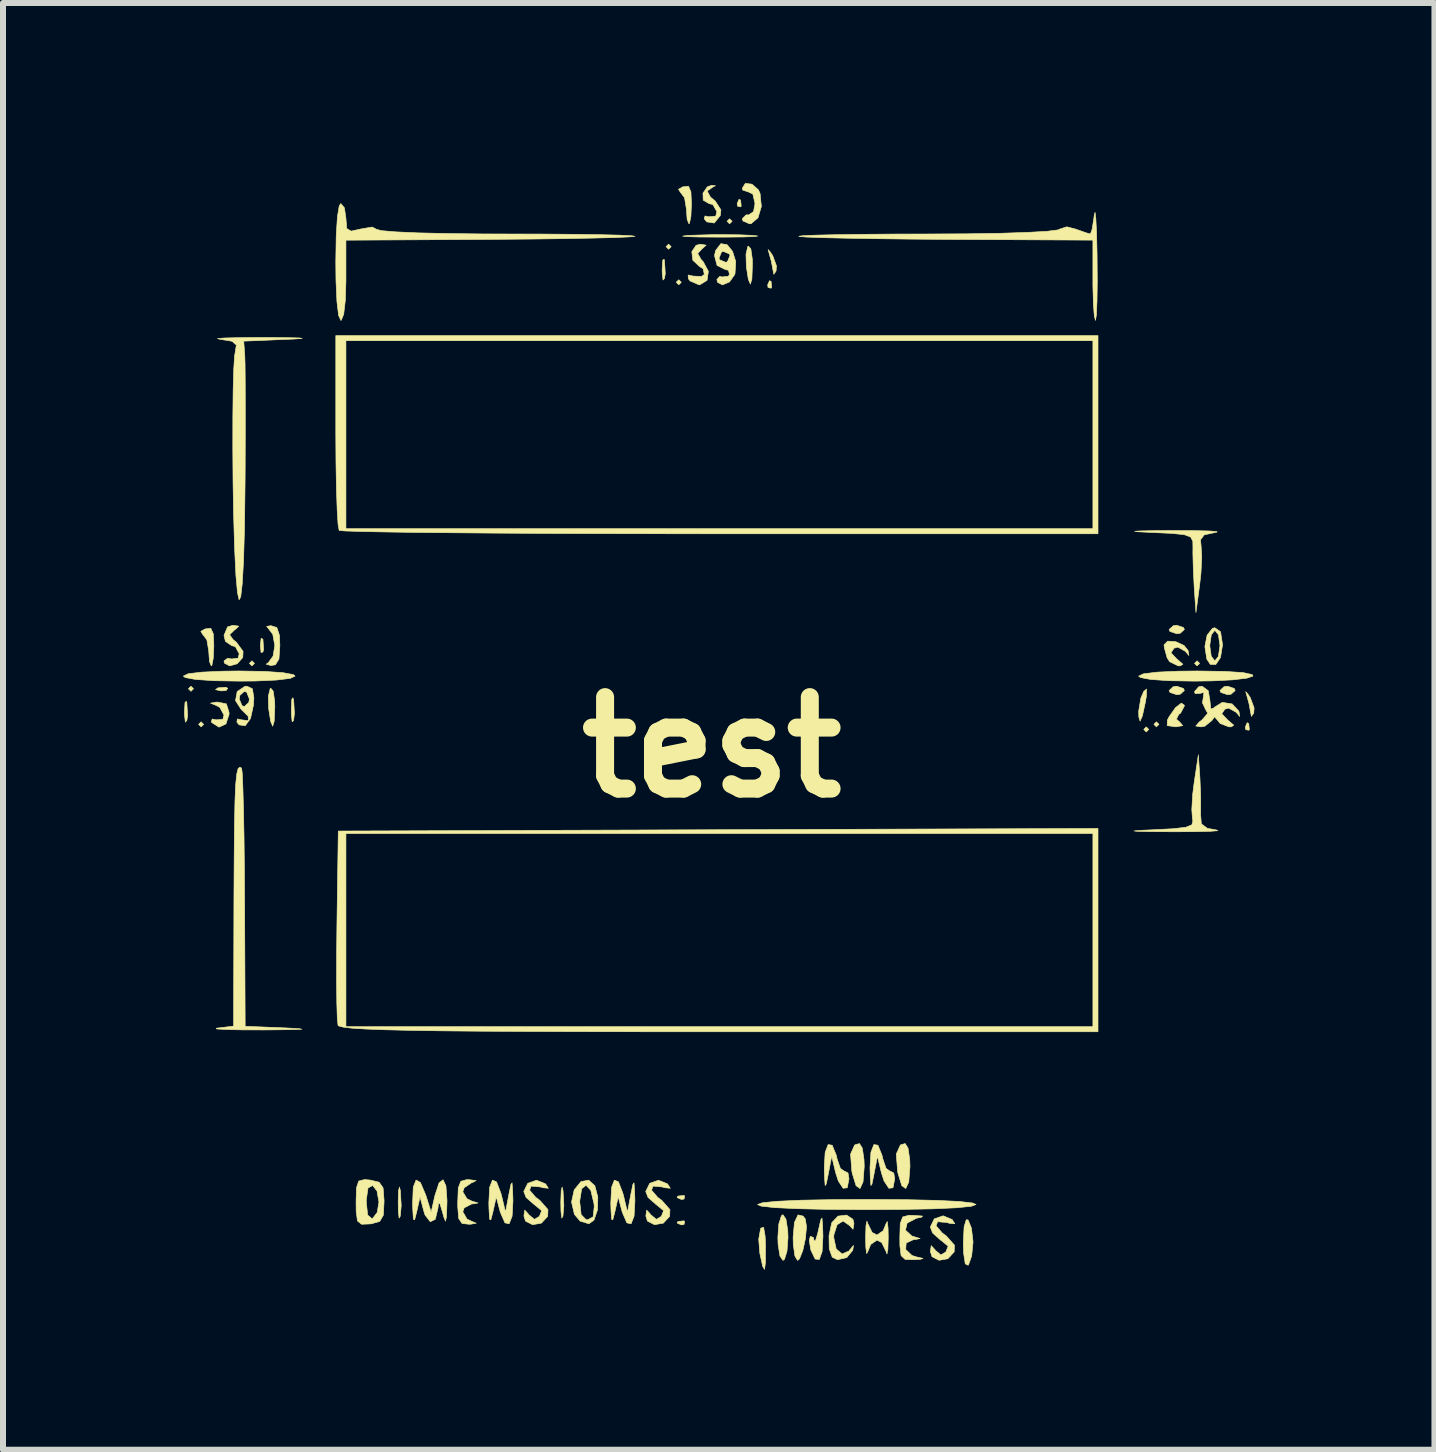
<source format=kicad_pcb>
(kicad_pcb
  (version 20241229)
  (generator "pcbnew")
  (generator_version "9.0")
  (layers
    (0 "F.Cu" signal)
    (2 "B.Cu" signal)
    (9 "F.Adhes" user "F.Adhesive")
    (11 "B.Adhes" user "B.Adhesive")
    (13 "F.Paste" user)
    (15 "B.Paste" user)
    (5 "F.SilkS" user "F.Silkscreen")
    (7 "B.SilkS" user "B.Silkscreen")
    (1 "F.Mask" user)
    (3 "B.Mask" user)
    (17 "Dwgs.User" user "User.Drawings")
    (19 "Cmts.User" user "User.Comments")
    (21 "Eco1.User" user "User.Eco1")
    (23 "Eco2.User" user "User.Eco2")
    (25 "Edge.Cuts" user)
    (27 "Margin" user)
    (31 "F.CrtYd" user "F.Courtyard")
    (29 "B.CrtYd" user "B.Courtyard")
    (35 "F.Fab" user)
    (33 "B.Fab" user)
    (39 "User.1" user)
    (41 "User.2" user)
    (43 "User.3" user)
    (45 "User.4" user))
  (footprint "test"
    (layer "F.Cu")
    (at 8.81 9.4)
    (property "Reference" "test" (at 0 0 0) (layer "F.SilkS") (effects (font (size 1.524 1.524) (thickness 0.3))))
    (attr through_hole)
    (fp_poly (pts (xy -8.636 -0.974) (xy -8.678 -0.931) (xy -8.721 -0.974) (xy -8.678 -1.016) (xy -8.636 -0.974)) (stroke (width 0.01) (type solid)) (fill yes) (layer "F.SilkS"))
    (fp_poly (pts (xy -8.467 -0.381) (xy -8.509 -0.339) (xy -8.551 -0.381) (xy -8.509 -0.423) (xy -8.467 -0.381)) (stroke (width 0.01) (type solid)) (fill yes) (layer "F.SilkS"))
    (fp_poly (pts (xy -7.62 -1.397) (xy -7.662 -1.355) (xy -7.705 -1.397) (xy -7.662 -1.439) (xy -7.62 -1.397)) (stroke (width 0.01) (type solid)) (fill yes) (layer "F.SilkS"))
    (fp_poly (pts (xy -0.677 -8.34) (xy -0.72 -8.297) (xy -0.762 -8.34) (xy -0.72 -8.382) (xy -0.677 -8.34)) (stroke (width 0.01) (type solid)) (fill yes) (layer "F.SilkS"))
    (fp_poly (pts (xy -0.508 -7.747) (xy -0.55 -7.705) (xy -0.593 -7.747) (xy -0.55 -7.789) (xy -0.508 -7.747)) (stroke (width 0.01) (type solid)) (fill yes) (layer "F.SilkS"))
    (fp_poly (pts (xy 0.339 -8.763) (xy 0.296 -8.721) (xy 0.254 -8.763) (xy 0.296 -8.805) (xy 0.339 -8.763)) (stroke (width 0.01) (type solid)) (fill yes) (layer "F.SilkS"))
    (fp_poly (pts (xy 7.281 -0.296) (xy 7.239 -0.254) (xy 7.197 -0.296) (xy 7.239 -0.339) (xy 7.281 -0.296)) (stroke (width 0.01) (type solid)) (fill yes) (layer "F.SilkS"))
    (fp_poly (pts (xy 7.451 -0.381) (xy 7.408 -0.339) (xy 7.366 -0.381) (xy 7.408 -0.423) (xy 7.451 -0.381)) (stroke (width 0.01) (type solid)) (fill yes) (layer "F.SilkS"))
    (fp_poly (pts (xy 8.128 -1.397) (xy 8.086 -1.355) (xy 8.043 -1.397) (xy 8.086 -1.439) (xy 8.128 -1.397)) (stroke (width 0.01) (type solid)) (fill yes) (layer "F.SilkS"))
    (fp_poly (pts (xy -8.066 -0.982) (xy -8.092 -0.944) (xy -8.177 -0.938) (xy -8.268 -0.959) (xy -8.229 -0.989) (xy -8.096 -0.999) (xy -8.066 -0.982)) (stroke (width 0.01) (type solid)) (fill yes) (layer "F.SilkS"))
    (fp_poly (pts (xy -7.479 -1.799) (xy -7.468 -1.626) (xy -7.479 -1.587) (xy -7.51 -1.577) (xy -7.522 -1.693) (xy -7.509 -1.814) (xy -7.479 -1.799)) (stroke (width 0.01) (type solid)) (fill yes) (layer "F.SilkS"))
    (fp_poly (pts (xy -0.452 7.479) (xy -0.463 7.529) (xy -0.508 7.535) (xy -0.578 7.504) (xy -0.564 7.479) (xy -0.464 7.469) (xy -0.452 7.479)) (stroke (width 0.01) (type solid)) (fill yes) (layer "F.SilkS"))
    (fp_poly (pts (xy -0.452 7.902) (xy -0.463 7.953) (xy -0.508 7.959) (xy -0.578 7.928) (xy -0.564 7.902) (xy -0.464 7.892) (xy -0.452 7.902)) (stroke (width 0.01) (type solid)) (fill yes) (layer "F.SilkS"))
    (fp_poly (pts (xy 0.48 -9.116) (xy 0.49 -9.015) (xy 0.48 -9.003) (xy 0.429 -9.015) (xy 0.423 -9.059) (xy 0.454 -9.129) (xy 0.48 -9.116)) (stroke (width 0.01) (type solid)) (fill yes) (layer "F.SilkS"))
    (fp_poly (pts (xy 0.988 -7.761) (xy 0.998 -7.661) (xy 0.988 -7.648) (xy 0.937 -7.66) (xy 0.931 -7.705) (xy 0.962 -7.774) (xy 0.988 -7.761)) (stroke (width 0.01) (type solid)) (fill yes) (layer "F.SilkS"))
    (fp_poly (pts (xy 8.946 -0.395) (xy 8.957 -0.295) (xy 8.946 -0.282) (xy 8.896 -0.294) (xy 8.89 -0.339) (xy 8.921 -0.408) (xy 8.946 -0.395)) (stroke (width 0.01) (type solid)) (fill yes) (layer "F.SilkS"))
    (fp_poly (pts (xy -8.747 -0.741) (xy -8.734 -0.526) (xy -8.747 -0.445) (xy -8.772 -0.418) (xy -8.785 -0.535) (xy -8.786 -0.593) (xy -8.777 -0.747) (xy -8.755 -0.765) (xy -8.747 -0.741)) (stroke (width 0.01) (type solid)) (fill yes) (layer "F.SilkS"))
    (fp_poly (pts (xy -6.967 -0.782) (xy -6.954 -0.562) (xy -6.969 -0.444) (xy -6.992 -0.424) (xy -7.005 -0.545) (xy -7.006 -0.635) (xy -6.998 -0.799) (xy -6.979 -0.824) (xy -6.967 -0.782)) (stroke (width 0.01) (type solid)) (fill yes) (layer "F.SilkS"))
    (fp_poly (pts (xy -5.189 7.388) (xy -5.175 7.639) (xy -5.19 7.812) (xy -5.21 7.846) (xy -5.222 7.735) (xy -5.225 7.578) (xy -5.219 7.386) (xy -5.204 7.329) (xy -5.189 7.388)) (stroke (width 0.01) (type solid)) (fill yes) (layer "F.SilkS"))
    (fp_poly (pts (xy -2.479 7.388) (xy -2.465 7.639) (xy -2.48 7.812) (xy -2.5 7.846) (xy -2.513 7.735) (xy -2.516 7.578) (xy -2.509 7.386) (xy -2.494 7.329) (xy -2.479 7.388)) (stroke (width 0.01) (type solid)) (fill yes) (layer "F.SilkS"))
    (fp_poly (pts (xy -0.788 -8.107) (xy -0.775 -7.892) (xy -0.788 -7.811) (xy -0.813 -7.784) (xy -0.826 -7.901) (xy -0.827 -7.959) (xy -0.818 -8.113) (xy -0.796 -8.131) (xy -0.788 -8.107)) (stroke (width 0.01) (type solid)) (fill yes) (layer "F.SilkS"))
    (fp_poly (pts (xy 7.86 -1.994) (xy 7.874 -1.961) (xy 7.805 -1.899) (xy 7.747 -1.891) (xy 7.634 -1.929) (xy 7.62 -1.961) (xy 7.689 -2.024) (xy 7.747 -2.032) (xy 7.86 -1.994)) (stroke (width 0.01) (type solid)) (fill yes) (layer "F.SilkS"))
    (fp_poly (pts (xy 7.86 -0.978) (xy 7.874 -0.945) (xy 7.805 -0.883) (xy 7.747 -0.875) (xy 7.634 -0.913) (xy 7.62 -0.945) (xy 7.689 -1.008) (xy 7.747 -1.016) (xy 7.86 -0.978)) (stroke (width 0.01) (type solid)) (fill yes) (layer "F.SilkS"))
    (fp_poly (pts (xy 8.706 -0.978) (xy 8.721 -0.945) (xy 8.652 -0.883) (xy 8.594 -0.875) (xy 8.481 -0.913) (xy 8.467 -0.945) (xy 8.535 -1.008) (xy 8.594 -1.016) (xy 8.706 -0.978)) (stroke (width 0.01) (type solid)) (fill yes) (layer "F.SilkS"))
    (fp_poly (pts (xy 0.973 -8.253) (xy 1.016 -8.188) (xy 1.077 -8.021) (xy 1.071 -7.934) (xy 1.033 -7.88) (xy 1.023 -7.931) (xy 0.993 -8.093) (xy 0.967 -8.185) (xy 0.938 -8.292) (xy 0.973 -8.253)) (stroke (width 0.01) (type solid)) (fill yes) (layer "F.SilkS"))
    (fp_poly (pts (xy 7.242 -0.856) (xy 7.227 -0.762) (xy 7.175 -0.522) (xy 7.136 -0.434) (xy 7.115 -0.505) (xy 7.113 -0.6) (xy 7.148 -0.815) (xy 7.198 -0.931) (xy 7.245 -0.969) (xy 7.242 -0.856)) (stroke (width 0.01) (type solid)) (fill yes) (layer "F.SilkS"))
    (fp_poly (pts (xy 8.932 -0.887) (xy 8.974 -0.822) (xy 9.036 -0.655) (xy 9.03 -0.568) (xy 8.991 -0.514) (xy 8.981 -0.565) (xy 8.951 -0.727) (xy 8.926 -0.819) (xy 8.896 -0.926) (xy 8.932 -0.887)) (stroke (width 0.01) (type solid)) (fill yes) (layer "F.SilkS"))
    (fp_poly (pts (xy -7.308 -0.936) (xy -7.284 -0.767) (xy -7.281 -0.682) (xy -7.291 -0.435) (xy -7.316 -0.35) (xy -7.35 -0.429) (xy -7.383 -0.64) (xy -7.389 -0.85) (xy -7.358 -0.976) (xy -7.35 -0.984) (xy -7.308 -0.936)) (stroke (width 0.01) (type solid)) (fill yes) (layer "F.SilkS"))
    (fp_poly (pts (xy 0.651 -8.302) (xy 0.675 -8.133) (xy 0.677 -8.048) (xy 0.668 -7.801) (xy 0.643 -7.716) (xy 0.609 -7.795) (xy 0.576 -8.006) (xy 0.57 -8.216) (xy 0.6 -8.342) (xy 0.609 -8.35) (xy 0.651 -8.302)) (stroke (width 0.01) (type solid)) (fill yes) (layer "F.SilkS"))
    (fp_poly (pts (xy 0.889 8.15) (xy 0.895 8.304) (xy 0.894 8.586) (xy 0.879 8.701) (xy 0.848 8.65) (xy 0.801 8.435) (xy 0.8 8.431) (xy 0.782 8.198) (xy 0.813 8.022) (xy 0.817 8.014) (xy 0.863 7.999) (xy 0.889 8.15)) (stroke (width 0.01) (type solid)) (fill yes) (layer "F.SilkS"))
    (fp_poly (pts (xy 2.508 6.68) (xy 2.536 6.871) (xy 2.54 6.985) (xy 2.52 7.244) (xy 2.47 7.353) (xy 2.404 7.307) (xy 2.34 7.099) (xy 2.334 7.068) (xy 2.312 6.779) (xy 2.381 6.627) (xy 2.46 6.604) (xy 2.508 6.68)) (stroke (width 0.01) (type solid)) (fill yes) (layer "F.SilkS"))
    (fp_poly (pts (xy 3.27 6.68) (xy 3.298 6.871) (xy 3.302 6.985) (xy 3.282 7.244) (xy 3.232 7.353) (xy 3.166 7.307) (xy 3.102 7.099) (xy 3.096 7.068) (xy 3.074 6.779) (xy 3.143 6.627) (xy 3.222 6.604) (xy 3.27 6.68)) (stroke (width 0.01) (type solid)) (fill yes) (layer "F.SilkS"))
    (fp_poly (pts (xy -8.306 -1.889) (xy -8.297 -1.691) (xy -8.307 -1.479) (xy -8.33 -1.363) (xy -8.34 -1.355) (xy -8.37 -1.428) (xy -8.382 -1.602) (xy -8.413 -1.789) (xy -8.484 -1.882) (xy -8.514 -1.931) (xy -8.441 -1.971) (xy -8.348 -1.981) (xy -8.306 -1.889)) (stroke (width 0.01) (type solid)) (fill yes) (layer "F.SilkS"))
    (fp_poly (pts (xy -0.348 -9.255) (xy -0.339 -9.057) (xy -0.348 -8.845) (xy -0.372 -8.729) (xy -0.381 -8.721) (xy -0.411 -8.794) (xy -0.423 -8.968) (xy -0.454 -9.155) (xy -0.525 -9.248) (xy -0.555 -9.297) (xy -0.483 -9.337) (xy -0.389 -9.347) (xy -0.348 -9.255)) (stroke (width 0.01) (type solid)) (fill yes) (layer "F.SilkS"))
    (fp_poly (pts (xy 1.236 7.865) (xy 1.266 8.056) (xy 1.27 8.17) (xy 1.253 8.398) (xy 1.211 8.534) (xy 1.185 8.551) (xy 1.135 8.476) (xy 1.105 8.284) (xy 1.101 8.17) (xy 1.117 7.943) (xy 1.16 7.807) (xy 1.185 7.789) (xy 1.236 7.865)) (stroke (width 0.01) (type solid)) (fill yes) (layer "F.SilkS"))
    (fp_poly (pts (xy 1.522 7.813) (xy 1.558 7.861) (xy 1.578 7.989) (xy 1.56 8.187) (xy 1.516 8.389) (xy 1.46 8.527) (xy 1.428 8.551) (xy 1.384 8.476) (xy 1.358 8.284) (xy 1.355 8.17) (xy 1.377 7.918) (xy 1.437 7.793) (xy 1.522 7.813)) (stroke (width 0.01) (type solid)) (fill yes) (layer "F.SilkS"))
    (fp_poly (pts (xy 4.271 7.878) (xy 4.326 8.012) (xy 4.352 8.23) (xy 4.352 8.255) (xy 4.33 8.477) (xy 4.278 8.624) (xy 4.271 8.632) (xy 4.223 8.608) (xy 4.196 8.43) (xy 4.191 8.255) (xy 4.204 7.991) (xy 4.24 7.873) (xy 4.271 7.878)) (stroke (width 0.01) (type solid)) (fill yes) (layer "F.SilkS"))
    (fp_poly (pts (xy 0.447 -8.538) (xy 0.659 -8.529) (xy 0.766 -8.518) (xy 0.717 -8.509) (xy 0.529 -8.502) (xy 0.216 -8.499) (xy 0.127 -8.499) (xy -0.208 -8.501) (xy -0.417 -8.507) (xy -0.487 -8.516) (xy -0.403 -8.527) (xy -0.357 -8.529) (xy 0.033 -8.541) (xy 0.447 -8.538)) (stroke (width 0.01) (type solid)) (fill yes) (layer "F.SilkS"))
    (fp_poly (pts (xy -7.247 -1.994) (xy -7.203 -1.861) (xy -7.197 -1.693) (xy -7.212 -1.469) (xy -7.271 -1.374) (xy -7.345 -1.361) (xy -7.425 -1.383) (xy -7.387 -1.411) (xy -7.31 -1.518) (xy -7.281 -1.693) (xy -7.315 -1.881) (xy -7.387 -1.976) (xy -7.417 -2.013) (xy -7.345 -2.025) (xy -7.247 -1.994)) (stroke (width 0.01) (type solid)) (fill yes) (layer "F.SilkS"))
    (fp_poly (pts (xy 7.873 -0.7) (xy 7.874 -0.687) (xy 7.812 -0.569) (xy 7.78 -0.545) (xy 7.742 -0.468) (xy 7.801 -0.414) (xy 7.847 -0.359) (xy 7.737 -0.34) (xy 7.723 -0.34) (xy 7.588 -0.36) (xy 7.591 -0.451) (xy 7.617 -0.503) (xy 7.726 -0.659) (xy 7.824 -0.735) (xy 7.873 -0.7)) (stroke (width 0.01) (type solid)) (fill yes) (layer "F.SilkS"))
    (fp_poly (pts (xy 1.846 7.964) (xy 1.852 8.149) (xy 1.838 8.405) (xy 1.791 8.536) (xy 1.722 8.528) (xy 1.649 8.376) (xy 1.624 8.215) (xy 1.643 8.15) (xy 1.693 8.169) (xy 1.704 8.22) (xy 1.726 8.228) (xy 1.765 8.101) (xy 1.778 8.043) (xy 1.816 7.875) (xy 1.836 7.845) (xy 1.846 7.964)) (stroke (width 0.01) (type solid)) (fill yes) (layer "F.SilkS"))
    (fp_poly (pts (xy -8.088 -0.722) (xy -8.044 -0.581) (xy -8.043 -0.55) (xy -8.095 -0.388) (xy -8.211 -0.334) (xy -8.332 -0.411) (xy -8.339 -0.422) (xy -8.325 -0.47) (xy -8.259 -0.456) (xy -8.147 -0.465) (xy -8.128 -0.535) (xy -8.198 -0.664) (xy -8.276 -0.704) (xy -8.352 -0.734) (xy -8.265 -0.75) (xy -8.234 -0.752) (xy -8.088 -0.722)) (stroke (width 0.01) (type solid)) (fill yes) (layer "F.SilkS"))
    (fp_poly (pts (xy -7.454 -1.263) (xy -7.146 -1.242) (xy -6.973 -1.21) (xy -6.943 -1.185) (xy -7.024 -1.147) (xy -7.252 -1.119) (xy -7.606 -1.103) (xy -7.874 -1.101) (xy -8.294 -1.108) (xy -8.602 -1.129) (xy -8.775 -1.161) (xy -8.805 -1.185) (xy -8.724 -1.224) (xy -8.496 -1.251) (xy -8.142 -1.267) (xy -7.874 -1.27) (xy -7.454 -1.263)) (stroke (width 0.01) (type solid)) (fill yes) (layer "F.SilkS"))
    (fp_poly (pts (xy 8.546 -1.263) (xy 8.854 -1.243) (xy 9.004 -1.21) (xy 9.017 -1.185) (xy 8.914 -1.15) (xy 8.675 -1.122) (xy 8.334 -1.105) (xy 8.038 -1.101) (xy 7.62 -1.108) (xy 7.313 -1.129) (xy 7.142 -1.161) (xy 7.112 -1.185) (xy 7.193 -1.223) (xy 7.423 -1.251) (xy 7.782 -1.267) (xy 8.091 -1.27) (xy 8.546 -1.263)) (stroke (width 0.01) (type solid)) (fill yes) (layer "F.SilkS"))
    (fp_poly (pts (xy 0.67 -9.381) (xy 0.776 -9.287) (xy 0.804 -9.229) (xy 0.826 -9.009) (xy 0.769 -8.82) (xy 0.655 -8.723) (xy 0.629 -8.721) (xy 0.52 -8.768) (xy 0.508 -8.805) (xy 0.572 -8.87) (xy 0.614 -8.869) (xy 0.696 -8.924) (xy 0.72 -9.059) (xy 0.684 -9.216) (xy 0.614 -9.25) (xy 0.517 -9.282) (xy 0.508 -9.313) (xy 0.559 -9.395) (xy 0.67 -9.381)) (stroke (width 0.01) (type solid)) (fill yes) (layer "F.SilkS"))
    (fp_poly (pts (xy 7.731 -1.758) (xy 7.869 -1.695) (xy 7.937 -1.609) (xy 7.949 -1.528) (xy 7.891 -1.597) (xy 7.89 -1.598) (xy 7.766 -1.668) (xy 7.701 -1.649) (xy 7.651 -1.573) (xy 7.747 -1.471) (xy 7.75 -1.469) (xy 7.849 -1.383) (xy 7.808 -1.356) (xy 7.772 -1.355) (xy 7.629 -1.424) (xy 7.587 -1.489) (xy 7.541 -1.654) (xy 7.535 -1.706) (xy 7.596 -1.767) (xy 7.731 -1.758)) (stroke (width 0.01) (type solid)) (fill yes) (layer "F.SilkS"))
    (fp_poly (pts (xy 0.061 -9.355) (xy 0.021 -9.336) (xy -0.077 -9.267) (xy -0.021 -9.164) (xy 0.056 -9.102) (xy 0.152 -8.953) (xy 0.143 -8.86) (xy 0.041 -8.734) (xy -0.083 -8.753) (xy -0.126 -8.804) (xy -0.113 -8.852) (xy -0.047 -8.838) (xy 0.065 -8.848) (xy 0.085 -8.923) (xy 0.018 -9.041) (xy -0.049 -9.059) (xy -0.143 -9.115) (xy -0.147 -9.232) (xy -0.074 -9.337) (xy 0.001 -9.363) (xy 0.061 -9.355)) (stroke (width 0.01) (type solid)) (fill yes) (layer "F.SilkS"))
    (fp_poly (pts (xy 2.006 6.632) (xy 2.073 6.796) (xy 2.087 6.857) (xy 2.142 7.018) (xy 2.208 7.065) (xy 2.212 7.063) (xy 2.27 7.095) (xy 2.286 7.192) (xy 2.257 7.341) (xy 2.188 7.349) (xy 2.108 7.227) (xy 2.064 7.091) (xy 1.998 6.816) (xy 1.941 7.112) (xy 1.907 7.278) (xy 1.889 7.304) (xy 1.879 7.18) (xy 1.874 7.006) (xy 1.889 6.75) (xy 1.939 6.621) (xy 2.006 6.632)) (stroke (width 0.01) (type solid)) (fill yes) (layer "F.SilkS"))
    (fp_poly (pts (xy 2.6 7.938) (xy 2.672 8.086) (xy 2.752 8.128) (xy 2.856 8.056) (xy 2.904 7.938) (xy 2.924 7.903) (xy 2.937 8.013) (xy 2.94 8.17) (xy 2.934 8.371) (xy 2.919 8.444) (xy 2.904 8.403) (xy 2.831 8.254) (xy 2.752 8.213) (xy 2.648 8.285) (xy 2.6 8.403) (xy 2.58 8.438) (xy 2.566 8.327) (xy 2.563 8.17) (xy 2.569 7.97) (xy 2.585 7.897) (xy 2.6 7.938)) (stroke (width 0.01) (type solid)) (fill yes) (layer "F.SilkS"))
    (fp_poly (pts (xy 2.768 6.632) (xy 2.835 6.796) (xy 2.849 6.857) (xy 2.904 7.018) (xy 2.97 7.065) (xy 2.974 7.063) (xy 3.032 7.095) (xy 3.048 7.192) (xy 3.019 7.341) (xy 2.95 7.349) (xy 2.87 7.227) (xy 2.826 7.091) (xy 2.76 6.816) (xy 2.703 7.112) (xy 2.669 7.278) (xy 2.651 7.304) (xy 2.641 7.18) (xy 2.636 7.006) (xy 2.651 6.75) (xy 2.701 6.621) (xy 2.768 6.632)) (stroke (width 0.01) (type solid)) (fill yes) (layer "F.SilkS"))
    (fp_poly (pts (xy 3.234 7.539) (xy 3.75 7.551) (xy 4.123 7.569) (xy 4.343 7.594) (xy 4.403 7.62) (xy 4.32 7.65) (xy 4.076 7.674) (xy 3.681 7.692) (xy 3.144 7.702) (xy 2.582 7.705) (xy 1.931 7.701) (xy 1.415 7.689) (xy 1.042 7.671) (xy 0.822 7.646) (xy 0.762 7.62) (xy 0.845 7.59) (xy 1.089 7.566) (xy 1.483 7.548) (xy 2.021 7.538) (xy 2.582 7.535) (xy 3.234 7.539)) (stroke (width 0.01) (type solid)) (fill yes) (layer "F.SilkS"))
    (fp_poly (pts (xy -7.882 -2.017) (xy -7.944 -1.958) (xy -7.958 -1.949) (xy -8.034 -1.874) (xy -7.975 -1.791) (xy -7.923 -1.751) (xy -7.81 -1.597) (xy -7.815 -1.494) (xy -7.908 -1.39) (xy -8.034 -1.355) (xy -8.12 -1.4) (xy -8.128 -1.437) (xy -8.066 -1.483) (xy -8.001 -1.47) (xy -7.893 -1.484) (xy -7.874 -1.557) (xy -7.938 -1.675) (xy -8.001 -1.693) (xy -8.104 -1.764) (xy -8.128 -1.863) (xy -8.068 -2.005) (xy -7.98 -2.031) (xy -7.882 -2.017)) (stroke (width 0.01) (type solid)) (fill yes) (layer "F.SilkS"))
    (fp_poly (pts (xy -3.587 7.242) (xy -3.514 7.432) (xy -3.503 7.472) (xy -3.437 7.747) (xy -3.381 7.451) (xy -3.347 7.285) (xy -3.328 7.259) (xy -3.319 7.383) (xy -3.313 7.556) (xy -3.327 7.815) (xy -3.377 7.942) (xy -3.447 7.925) (xy -3.522 7.753) (xy -3.53 7.726) (xy -3.591 7.493) (xy -3.648 7.747) (xy -3.682 7.875) (xy -3.702 7.865) (xy -3.712 7.704) (xy -3.715 7.599) (xy -3.702 7.334) (xy -3.655 7.213) (xy -3.587 7.242)) (stroke (width 0.01) (type solid)) (fill yes) (layer "F.SilkS"))
    (fp_poly (pts (xy -1.555 7.242) (xy -1.482 7.432) (xy -1.471 7.472) (xy -1.405 7.747) (xy -1.349 7.451) (xy -1.315 7.285) (xy -1.296 7.259) (xy -1.287 7.383) (xy -1.281 7.556) (xy -1.295 7.815) (xy -1.345 7.942) (xy -1.415 7.925) (xy -1.49 7.753) (xy -1.498 7.726) (xy -1.559 7.493) (xy -1.616 7.747) (xy -1.65 7.875) (xy -1.67 7.865) (xy -1.68 7.704) (xy -1.683 7.599) (xy -1.67 7.334) (xy -1.623 7.213) (xy -1.555 7.242)) (stroke (width 0.01) (type solid)) (fill yes) (layer "F.SilkS"))
    (fp_poly (pts (xy -0.095 -8.365) (xy -0.159 -8.306) (xy -0.162 -8.304) (xy -0.235 -8.226) (xy -0.177 -8.125) (xy -0.144 -8.091) (xy -0.057 -7.929) (xy -0.079 -7.779) (xy -0.199 -7.705) (xy -0.216 -7.705) (xy -0.36 -7.768) (xy -0.39 -7.804) (xy -0.394 -7.868) (xy -0.313 -7.85) (xy -0.17 -7.844) (xy -0.124 -7.878) (xy -0.145 -7.972) (xy -0.206 -8.011) (xy -0.316 -8.114) (xy -0.333 -8.257) (xy -0.261 -8.363) (xy -0.191 -8.381) (xy -0.095 -8.365)) (stroke (width 0.01) (type solid)) (fill yes) (layer "F.SilkS"))
    (fp_poly (pts (xy 2.352 7.866) (xy 2.369 7.938) (xy 2.353 8.032) (xy 2.294 7.969) (xy 2.188 7.895) (xy 2.088 7.957) (xy 2.034 8.125) (xy 2.032 8.17) (xy 2.073 8.36) (xy 2.17 8.444) (xy 2.285 8.394) (xy 2.302 8.372) (xy 2.361 8.302) (xy 2.349 8.38) (xy 2.349 8.382) (xy 2.249 8.504) (xy 2.095 8.539) (xy 2.007 8.498) (xy 1.957 8.358) (xy 1.953 8.139) (xy 1.998 7.926) (xy 1.999 7.923) (xy 2.103 7.813) (xy 2.245 7.795) (xy 2.352 7.866)) (stroke (width 0.01) (type solid)) (fill yes) (layer "F.SilkS"))
    (fp_poly (pts (xy -4.043 7.206) (xy -3.928 7.221) (xy -3.976 7.248) (xy -4 7.255) (xy -4.126 7.342) (xy -4.149 7.408) (xy -4.079 7.524) (xy -4 7.562) (xy -3.896 7.594) (xy -3.956 7.607) (xy -4 7.61) (xy -4.126 7.676) (xy -4.149 7.741) (xy -4.078 7.862) (xy -4 7.9) (xy -3.925 7.931) (xy -4.012 7.947) (xy -4.043 7.949) (xy -4.161 7.936) (xy -4.217 7.854) (xy -4.233 7.659) (xy -4.233 7.578) (xy -4.224 7.343) (xy -4.182 7.233) (xy -4.083 7.205) (xy -4.043 7.206)) (stroke (width 0.01) (type solid)) (fill yes) (layer "F.SilkS"))
    (fp_poly (pts (xy -1.949 7.307) (xy -1.899 7.494) (xy -1.904 7.707) (xy -1.963 7.879) (xy -2.047 7.941) (xy -2.194 7.896) (xy -2.289 7.784) (xy -2.337 7.578) (xy -2.335 7.571) (xy -2.201 7.571) (xy -2.177 7.789) (xy -2.096 7.871) (xy -2.069 7.874) (xy -1.977 7.825) (xy -1.959 7.657) (xy -1.963 7.605) (xy -2.016 7.383) (xy -2.096 7.299) (xy -2.168 7.357) (xy -2.201 7.563) (xy -2.201 7.571) (xy -2.335 7.571) (xy -2.293 7.377) (xy -2.181 7.239) (xy -2.052 7.213) (xy -1.949 7.307)) (stroke (width 0.01) (type solid)) (fill yes) (layer "F.SilkS"))
    (fp_poly (pts (xy 3.365 7.801) (xy 3.511 7.812) (xy 3.495 7.831) (xy 3.408 7.849) (xy 3.255 7.929) (xy 3.227 8.047) (xy 3.333 8.144) (xy 3.365 8.154) (xy 3.47 8.186) (xy 3.41 8.2) (xy 3.365 8.203) (xy 3.239 8.261) (xy 3.231 8.369) (xy 3.334 8.468) (xy 3.408 8.492) (xy 3.519 8.518) (xy 3.475 8.533) (xy 3.365 8.54) (xy 3.222 8.535) (xy 3.154 8.471) (xy 3.134 8.303) (xy 3.133 8.17) (xy 3.14 7.936) (xy 3.181 7.827) (xy 3.284 7.799) (xy 3.365 7.801)) (stroke (width 0.01) (type solid)) (fill yes) (layer "F.SilkS"))
    (fp_poly (pts (xy 8.023 -3.609) (xy 8.282 -3.603) (xy 8.419 -3.593) (xy 8.41 -3.581) (xy 8.395 -3.579) (xy 8.205 -3.538) (xy 8.143 -3.456) (xy 8.152 -3.36) (xy 8.164 -3.172) (xy 8.15 -2.894) (xy 8.129 -2.709) (xy 8.067 -2.244) (xy 8.038 -2.667) (xy 8.023 -2.968) (xy 8.016 -3.236) (xy 8.017 -3.32) (xy 8.015 -3.433) (xy 7.978 -3.503) (xy 7.87 -3.542) (xy 7.659 -3.563) (xy 7.336 -3.578) (xy 7.108 -3.589) (xy 7.045 -3.598) (xy 7.149 -3.604) (xy 7.419 -3.609) (xy 7.662 -3.61) (xy 8.023 -3.609)) (stroke (width 0.01) (type solid)) (fill yes) (layer "F.SilkS"))
    (fp_poly (pts (xy 8.133 0.508) (xy 8.146 0.8) (xy 8.146 1.06) (xy 8.144 1.116) (xy 8.157 1.277) (xy 8.258 1.352) (xy 8.404 1.378) (xy 8.432 1.391) (xy 8.313 1.401) (xy 8.068 1.407) (xy 7.72 1.409) (xy 7.662 1.409) (xy 7.288 1.406) (xy 7.079 1.401) (xy 7.035 1.395) (xy 7.152 1.385) (xy 7.349 1.376) (xy 7.695 1.358) (xy 7.901 1.333) (xy 7.998 1.294) (xy 8.016 1.232) (xy 8.01 1.203) (xy 7.998 1.041) (xy 8.013 0.782) (xy 8.037 0.593) (xy 8.107 0.127) (xy 8.133 0.508)) (stroke (width 0.01) (type solid)) (fill yes) (layer "F.SilkS"))
    (fp_poly (pts (xy 8.477 -1.924) (xy 8.509 -1.715) (xy 8.509 -1.7) (xy 8.476 -1.494) (xy 8.398 -1.378) (xy 8.306 -1.38) (xy 8.248 -1.468) (xy 8.216 -1.674) (xy 8.219 -1.693) (xy 8.297 -1.693) (xy 8.322 -1.515) (xy 8.381 -1.439) (xy 8.382 -1.439) (xy 8.441 -1.513) (xy 8.467 -1.69) (xy 8.467 -1.693) (xy 8.442 -1.872) (xy 8.383 -1.947) (xy 8.382 -1.947) (xy 8.323 -1.874) (xy 8.297 -1.696) (xy 8.297 -1.693) (xy 8.219 -1.693) (xy 8.253 -1.867) (xy 8.343 -1.981) (xy 8.382 -1.99) (xy 8.477 -1.924)) (stroke (width 0.01) (type solid)) (fill yes) (layer "F.SilkS"))
    (fp_poly (pts (xy -2.77 7.276) (xy -2.767 7.28) (xy -2.723 7.349) (xy -2.813 7.34) (xy -2.857 7.327) (xy -3.011 7.313) (xy -3.036 7.381) (xy -2.933 7.501) (xy -2.864 7.552) (xy -2.73 7.704) (xy -2.734 7.817) (xy -2.839 7.93) (xy -2.986 7.956) (xy -3.104 7.896) (xy -3.131 7.811) (xy -3.117 7.713) (xy -3.059 7.775) (xy -3.05 7.789) (xy -2.956 7.867) (xy -2.873 7.818) (xy -2.835 7.722) (xy -2.947 7.629) (xy -2.954 7.625) (xy -3.094 7.502) (xy -3.133 7.403) (xy -3.066 7.266) (xy -2.92 7.215) (xy -2.77 7.276)) (stroke (width 0.01) (type solid)) (fill yes) (layer "F.SilkS"))
    (fp_poly (pts (xy -0.738 7.276) (xy -0.735 7.28) (xy -0.691 7.349) (xy -0.781 7.34) (xy -0.826 7.327) (xy -0.979 7.313) (xy -1.004 7.381) (xy -0.901 7.501) (xy -0.832 7.552) (xy -0.698 7.704) (xy -0.702 7.817) (xy -0.807 7.93) (xy -0.954 7.956) (xy -1.072 7.896) (xy -1.099 7.811) (xy -1.085 7.713) (xy -1.027 7.775) (xy -1.018 7.789) (xy -0.924 7.867) (xy -0.841 7.818) (xy -0.803 7.722) (xy -0.915 7.629) (xy -0.922 7.625) (xy -1.062 7.502) (xy -1.101 7.403) (xy -1.034 7.266) (xy -0.888 7.215) (xy -0.738 7.276)) (stroke (width 0.01) (type solid)) (fill yes) (layer "F.SilkS"))
    (fp_poly (pts (xy 4.003 7.869) (xy 4.006 7.872) (xy 4.05 7.941) (xy 3.961 7.933) (xy 3.916 7.92) (xy 3.763 7.906) (xy 3.737 7.974) (xy 3.84 8.094) (xy 3.909 8.145) (xy 4.043 8.297) (xy 4.039 8.409) (xy 3.934 8.523) (xy 3.787 8.549) (xy 3.669 8.489) (xy 3.642 8.403) (xy 3.656 8.305) (xy 3.714 8.368) (xy 3.723 8.381) (xy 3.817 8.46) (xy 3.9 8.41) (xy 3.938 8.315) (xy 3.826 8.221) (xy 3.819 8.218) (xy 3.68 8.095) (xy 3.641 7.995) (xy 3.707 7.859) (xy 3.854 7.808) (xy 4.003 7.869)) (stroke (width 0.01) (type solid)) (fill yes) (layer "F.SilkS"))
    (fp_poly (pts (xy -7.834 0.35) (xy -7.823 0.442) (xy -7.813 0.68) (xy -7.803 1.041) (xy -7.794 1.503) (xy -7.788 2.04) (xy -7.785 2.52) (xy -7.775 4.65) (xy -7.084 4.678) (xy -6.873 4.69) (xy -6.83 4.699) (xy -6.952 4.705) (xy -7.239 4.709) (xy -7.451 4.711) (xy -7.822 4.71) (xy -8.095 4.704) (xy -8.248 4.695) (xy -8.258 4.683) (xy -8.239 4.68) (xy -7.968 4.647) (xy -7.962 2.519) (xy -7.958 1.833) (xy -7.953 1.299) (xy -7.945 0.901) (xy -7.933 0.622) (xy -7.915 0.446) (xy -7.892 0.355) (xy -7.862 0.332) (xy -7.834 0.35)) (stroke (width 0.01) (type solid)) (fill yes) (layer "F.SilkS"))
    (fp_poly (pts (xy -7.655 -0.974) (xy -7.63 -0.825) (xy -7.636 -0.705) (xy -7.686 -0.478) (xy -7.774 -0.358) (xy -7.875 -0.372) (xy -7.913 -0.418) (xy -7.905 -0.471) (xy -7.836 -0.456) (xy -7.722 -0.443) (xy -7.725 -0.515) (xy -7.843 -0.632) (xy -7.845 -0.635) (xy -7.936 -0.777) (xy -7.931 -0.804) (xy -7.874 -0.804) (xy -7.828 -0.692) (xy -7.789 -0.677) (xy -7.714 -0.746) (xy -7.705 -0.804) (xy -7.75 -0.917) (xy -7.789 -0.931) (xy -7.864 -0.863) (xy -7.874 -0.804) (xy -7.931 -0.804) (xy -7.908 -0.927) (xy -7.781 -1.013) (xy -7.745 -1.016) (xy -7.655 -0.974)) (stroke (width 0.01) (type solid)) (fill yes) (layer "F.SilkS"))
    (fp_poly (pts (xy -5.694 7.212) (xy -5.543 7.248) (xy -5.477 7.342) (xy -5.461 7.547) (xy -5.461 7.578) (xy -5.473 7.798) (xy -5.533 7.901) (xy -5.672 7.941) (xy -5.694 7.943) (xy -5.835 7.949) (xy -5.904 7.894) (xy -5.925 7.737) (xy -5.927 7.578) (xy -5.757 7.578) (xy -5.734 7.795) (xy -5.663 7.856) (xy -5.652 7.853) (xy -5.575 7.752) (xy -5.546 7.578) (xy -5.579 7.392) (xy -5.652 7.303) (xy -5.728 7.345) (xy -5.757 7.543) (xy -5.757 7.578) (xy -5.927 7.578) (xy -5.92 7.34) (xy -5.883 7.229) (xy -5.788 7.204) (xy -5.694 7.212)) (stroke (width 0.01) (type solid)) (fill yes) (layer "F.SilkS"))
    (fp_poly (pts (xy 6.435 -3.556) (xy 0.141 -3.556) (xy -0.876 -3.557) (xy -1.844 -3.559) (xy -2.749 -3.562) (xy -3.578 -3.567) (xy -4.318 -3.573) (xy -4.955 -3.579) (xy -5.475 -3.587) (xy -5.867 -3.595) (xy -6.116 -3.603) (xy -6.209 -3.612) (xy -6.209 -3.612) (xy -6.227 -3.711) (xy -6.242 -3.952) (xy -6.254 -4.307) (xy -6.262 -4.749) (xy -6.265 -5.252) (xy -6.265 -5.263) (xy -6.265 -6.773) (xy -6.096 -6.773) (xy -6.096 -3.641) (xy 6.35 -3.641) (xy 6.35 -6.773) (xy -6.096 -6.773) (xy -6.265 -6.773) (xy -6.265 -6.858) (xy 6.435 -6.858) (xy 6.435 -3.556)) (stroke (width 0.01) (type solid)) (fill yes) (layer "F.SilkS"))
    (fp_poly (pts (xy -4.43 7.308) (xy -4.412 7.552) (xy -4.413 7.599) (xy -4.421 7.825) (xy -4.437 7.897) (xy -4.466 7.827) (xy -4.487 7.747) (xy -4.532 7.598) (xy -4.555 7.607) (xy -4.562 7.679) (xy -4.607 7.866) (xy -4.691 7.907) (xy -4.777 7.796) (xy -4.799 7.729) (xy -4.861 7.493) (xy -4.918 7.747) (xy -4.952 7.875) (xy -4.972 7.865) (xy -4.982 7.704) (xy -4.985 7.599) (xy -4.974 7.329) (xy -4.927 7.212) (xy -4.855 7.254) (xy -4.767 7.46) (xy -4.763 7.472) (xy -4.676 7.747) (xy -4.614 7.472) (xy -4.544 7.259) (xy -4.478 7.207) (xy -4.43 7.308)) (stroke (width 0.01) (type solid)) (fill yes) (layer "F.SilkS"))
    (fp_poly (pts (xy 6.435 4.741) (xy 0.124 4.741) (xy -1.101 4.741) (xy -2.167 4.739) (xy -3.083 4.736) (xy -3.86 4.732) (xy -4.507 4.726) (xy -5.033 4.718) (xy -5.45 4.708) (xy -5.766 4.696) (xy -5.992 4.682) (xy -6.138 4.665) (xy -6.213 4.646) (xy -6.228 4.633) (xy -6.24 4.517) (xy -6.248 4.26) (xy -6.252 3.892) (xy -6.251 3.442) (xy -6.246 2.961) (xy -6.224 1.439) (xy -6.096 1.439) (xy -6.096 4.657) (xy 6.35 4.657) (xy 6.35 1.439) (xy -6.096 1.439) (xy -6.224 1.439) (xy -6.223 1.397) (xy 0.106 1.375) (xy 6.435 1.354) (xy 6.435 4.741)) (stroke (width 0.01) (type solid)) (fill yes) (layer "F.SilkS"))
    (fp_poly (pts (xy 0.254 -8.374) (xy 0.345 -8.263) (xy 0.399 -8.092) (xy 0.387 -7.894) (xy 0.381 -7.874) (xy 0.295 -7.752) (xy 0.178 -7.703) (xy 0.095 -7.746) (xy 0.085 -7.794) (xy 0.136 -7.847) (xy 0.163 -7.835) (xy 0.272 -7.846) (xy 0.295 -7.873) (xy 0.278 -7.947) (xy 0.224 -7.959) (xy 0.088 -8.027) (xy 0.056 -8.148) (xy 0.12 -8.148) (xy 0.131 -8.121) (xy 0.234 -8.079) (xy 0.261 -8.09) (xy 0.303 -8.193) (xy 0.292 -8.22) (xy 0.189 -8.262) (xy 0.162 -8.251) (xy 0.12 -8.148) (xy 0.056 -8.148) (xy 0.045 -8.19) (xy 0.064 -8.276) (xy 0.151 -8.39) (xy 0.254 -8.374)) (stroke (width 0.01) (type solid)) (fill yes) (layer "F.SilkS"))
    (fp_poly (pts (xy -7.451 -6.827) (xy -7.074 -6.824) (xy -6.865 -6.819) (xy -6.825 -6.811) (xy -6.953 -6.801) (xy -7.096 -6.795) (xy -7.799 -6.766) (xy -7.782 -6.537) (xy -7.777 -6.388) (xy -7.774 -6.097) (xy -7.773 -5.692) (xy -7.773 -5.201) (xy -7.775 -4.651) (xy -7.777 -4.381) (xy -7.786 -3.66) (xy -7.802 -3.107) (xy -7.824 -2.722) (xy -7.849 -2.505) (xy -7.876 -2.456) (xy -7.903 -2.575) (xy -7.929 -2.86) (xy -7.951 -3.312) (xy -7.969 -3.93) (xy -7.977 -4.424) (xy -7.981 -4.994) (xy -7.98 -5.516) (xy -7.975 -5.962) (xy -7.965 -6.307) (xy -7.951 -6.524) (xy -7.941 -6.578) (xy -7.922 -6.702) (xy -7.995 -6.764) (xy -8.195 -6.797) (xy -8.236 -6.808) (xy -8.128 -6.818) (xy -7.892 -6.824) (xy -7.547 -6.827) (xy -7.451 -6.827)) (stroke (width 0.01) (type solid)) (fill yes) (layer "F.SilkS"))
    (fp_poly (pts (xy 8.272 -0.941) (xy 8.299 -0.783) (xy 8.315 -0.637) (xy 8.364 -0.652) (xy 8.372 -0.664) (xy 8.506 -0.747) (xy 8.67 -0.721) (xy 8.78 -0.603) (xy 8.784 -0.593) (xy 8.796 -0.512) (xy 8.738 -0.581) (xy 8.737 -0.582) (xy 8.612 -0.652) (xy 8.548 -0.633) (xy 8.497 -0.557) (xy 8.594 -0.455) (xy 8.597 -0.453) (xy 8.697 -0.367) (xy 8.657 -0.34) (xy 8.617 -0.339) (xy 8.469 -0.396) (xy 8.431 -0.445) (xy 8.376 -0.507) (xy 8.333 -0.445) (xy 8.215 -0.35) (xy 8.147 -0.339) (xy 8.065 -0.353) (xy 8.12 -0.418) (xy 8.167 -0.453) (xy 8.264 -0.565) (xy 8.229 -0.625) (xy 8.175 -0.741) (xy 8.188 -0.821) (xy 8.199 -0.914) (xy 8.142 -0.898) (xy 8.054 -0.892) (xy 8.043 -0.926) (xy 8.112 -1.006) (xy 8.17 -1.016) (xy 8.272 -0.941)) (stroke (width 0.01) (type solid)) (fill yes) (layer "F.SilkS"))
    (fp_poly (pts (xy -6.121 -8.986) (xy -6.096 -8.811) (xy -6.083 -8.643) (xy -6.009 -8.599) (xy -5.842 -8.636) (xy -5.657 -8.667) (xy -5.588 -8.63) (xy -5.506 -8.607) (xy -5.272 -8.587) (xy -4.902 -8.57) (xy -4.413 -8.559) (xy -3.822 -8.552) (xy -3.415 -8.551) (xy -2.831 -8.55) (xy -2.309 -8.546) (xy -1.871 -8.54) (xy -1.54 -8.532) (xy -1.336 -8.522) (xy -1.28 -8.513) (xy -1.371 -8.503) (xy -1.61 -8.492) (xy -1.975 -8.483) (xy -2.443 -8.474) (xy -2.994 -8.467) (xy -3.605 -8.462) (xy -3.707 -8.461) (xy -6.096 -8.448) (xy -6.096 -7.78) (xy -6.106 -7.448) (xy -6.133 -7.215) (xy -6.174 -7.114) (xy -6.181 -7.112) (xy -6.218 -7.193) (xy -6.246 -7.423) (xy -6.262 -7.781) (xy -6.265 -8.086) (xy -6.258 -8.519) (xy -6.238 -8.838) (xy -6.207 -9.022) (xy -6.181 -9.059) (xy -6.121 -8.986)) (stroke (width 0.01) (type solid)) (fill yes) (layer "F.SilkS"))
    (fp_poly (pts (xy 6.399 -8.807) (xy 6.411 -8.572) (xy 6.419 -8.23) (xy 6.42 -8.149) (xy 6.423 -7.753) (xy 6.418 -7.426) (xy 6.408 -7.202) (xy 6.393 -7.112) (xy 6.392 -7.112) (xy 6.373 -7.19) (xy 6.358 -7.397) (xy 6.35 -7.692) (xy 6.35 -7.78) (xy 6.35 -8.449) (xy 3.919 -8.461) (xy 3.295 -8.466) (xy 2.727 -8.473) (xy 2.238 -8.481) (xy 1.849 -8.49) (xy 1.581 -8.5) (xy 1.456 -8.51) (xy 1.45 -8.513) (xy 1.52 -8.523) (xy 1.738 -8.532) (xy 2.081 -8.54) (xy 2.528 -8.546) (xy 3.057 -8.55) (xy 3.579 -8.551) (xy 4.241 -8.554) (xy 4.806 -8.563) (xy 5.26 -8.578) (xy 5.585 -8.596) (xy 5.766 -8.619) (xy 5.798 -8.633) (xy 5.915 -8.671) (xy 6.062 -8.633) (xy 6.231 -8.573) (xy 6.308 -8.551) (xy 6.336 -8.626) (xy 6.366 -8.811) (xy 6.373 -8.869) (xy 6.386 -8.912) (xy 6.399 -8.807)) (stroke (width 0.01) (type solid)) (fill yes) (layer "F.SilkS")))
  (gr_rect
    (start -3 -3)
    (end 20.851 21.106)
    (stroke (width 0.1) (type default))
    (fill no)
    (layer "Edge.Cuts")))
</source>
